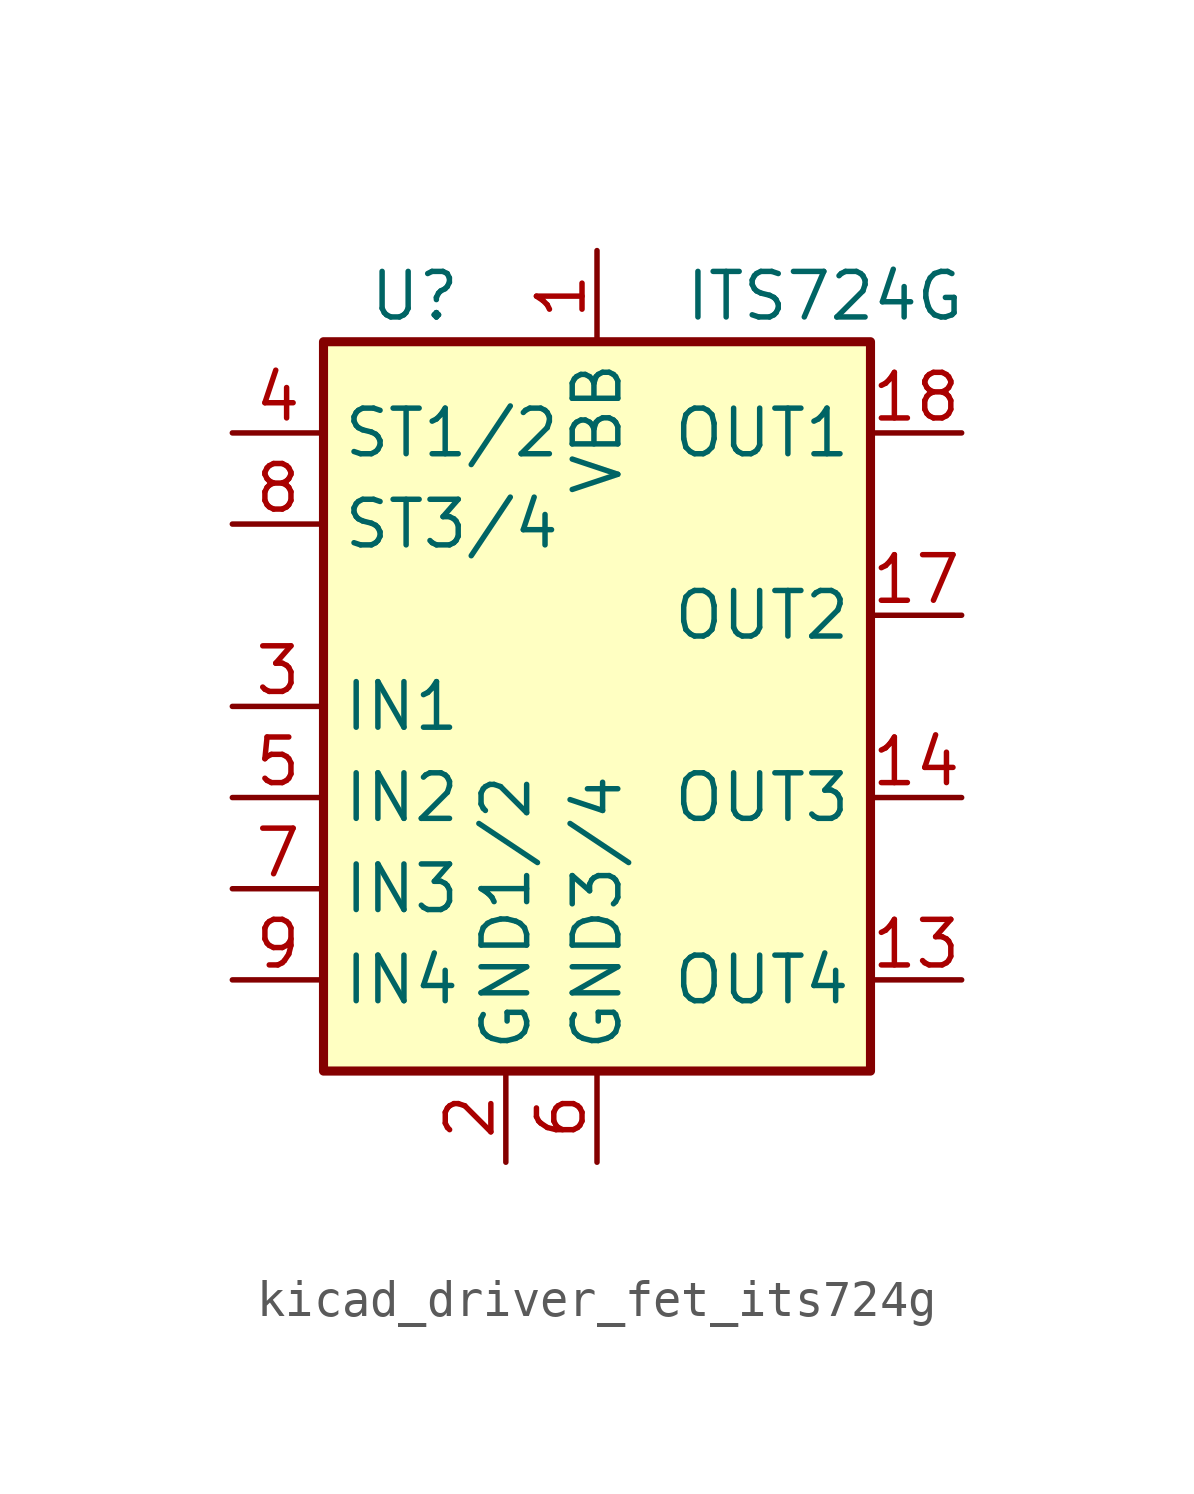
<source format=kicad_sym>
(kicad_symbol_lib
  (version 20220914)
  (generator kicad_symbol_editor)
  (symbol "kicad_driver_fet_its724g"
    (property "Reference" "U"
      (at -5.08 11.43 0)
      (effects (font (size 1.27 1.27))))
    (property "Value" "ITS724G"
      (at 6.35 11.43 0)
      (effects (font (size 1.27 1.27))))
    (symbol "kicad_driver_fet_its724g_0_1"
      (rectangle (start -7.62 10.16) (end 7.62 -10.16) (stroke (width 0.254) (type default)) (fill (type background))))
    (symbol "kicad_driver_fet_its724g_1_1"
      (pin power_in line (at 0 12.7 270) (length 2.54) (name "VBB" (effects (font (size 1.27 1.27)))) (number "1" (effects (font (size 1.27 1.27)))))
      (pin passive line (at 0 12.7 270) (length 2.54) hide (name "VBB" (effects (font (size 1.27 1.27)))) (number "10" (effects (font (size 1.27 1.27)))))
      (pin passive line (at 0 12.7 270) (length 2.54) hide (name "VBB" (effects (font (size 1.27 1.27)))) (number "11" (effects (font (size 1.27 1.27)))))
      (pin passive line (at 0 12.7 270) (length 2.54) hide (name "VBB" (effects (font (size 1.27 1.27)))) (number "12" (effects (font (size 1.27 1.27)))))
      (pin open_emitter line (at 10.16 -7.62 180) (length 2.54) (name "OUT4" (effects (font (size 1.27 1.27)))) (number "13" (effects (font (size 1.27 1.27)))))
      (pin open_emitter line (at 10.16 -2.54 180) (length 2.54) (name "OUT3" (effects (font (size 1.27 1.27)))) (number "14" (effects (font (size 1.27 1.27)))))
      (pin passive line (at 0 12.7 270) (length 2.54) hide (name "VBB" (effects (font (size 1.27 1.27)))) (number "15" (effects (font (size 1.27 1.27)))))
      (pin passive line (at 0 12.7 270) (length 2.54) hide (name "VBB" (effects (font (size 1.27 1.27)))) (number "16" (effects (font (size 1.27 1.27)))))
      (pin open_emitter line (at 10.16 2.54 180) (length 2.54) (name "OUT2" (effects (font (size 1.27 1.27)))) (number "17" (effects (font (size 1.27 1.27)))))
      (pin open_emitter line (at 10.16 7.62 180) (length 2.54) (name "OUT1" (effects (font (size 1.27 1.27)))) (number "18" (effects (font (size 1.27 1.27)))))
      (pin passive line (at 0 12.7 270) (length 2.54) hide (name "VBB" (effects (font (size 1.27 1.27)))) (number "19" (effects (font (size 1.27 1.27)))))
      (pin power_in line (at -2.54 -12.7 90) (length 2.54) (name "GND1/2" (effects (font (size 1.27 1.27)))) (number "2" (effects (font (size 1.27 1.27)))))
      (pin passive line (at 0 12.7 270) (length 2.54) hide (name "VBB" (effects (font (size 1.27 1.27)))) (number "20" (effects (font (size 1.27 1.27)))))
      (pin input line (at -10.16 0 0) (length 2.54) (name "IN1" (effects (font (size 1.27 1.27)))) (number "3" (effects (font (size 1.27 1.27)))))
      (pin open_collector line (at -10.16 7.62 0) (length 2.54) (name "ST1/2" (effects (font (size 1.27 1.27)))) (number "4" (effects (font (size 1.27 1.27)))))
      (pin input line (at -10.16 -2.54 0) (length 2.54) (name "IN2" (effects (font (size 1.27 1.27)))) (number "5" (effects (font (size 1.27 1.27)))))
      (pin power_in line (at 0 -12.7 90) (length 2.54) (name "GND3/4" (effects (font (size 1.27 1.27)))) (number "6" (effects (font (size 1.27 1.27)))))
      (pin input line (at -10.16 -5.08 0) (length 2.54) (name "IN3" (effects (font (size 1.27 1.27)))) (number "7" (effects (font (size 1.27 1.27)))))
      (pin open_collector line (at -10.16 5.08 0) (length 2.54) (name "ST3/4" (effects (font (size 1.27 1.27)))) (number "8" (effects (font (size 1.27 1.27)))))
      (pin input line (at -10.16 -7.62 0) (length 2.54) (name "IN4" (effects (font (size 1.27 1.27)))) (number "9" (effects (font (size 1.27 1.27))))))))
</source>
